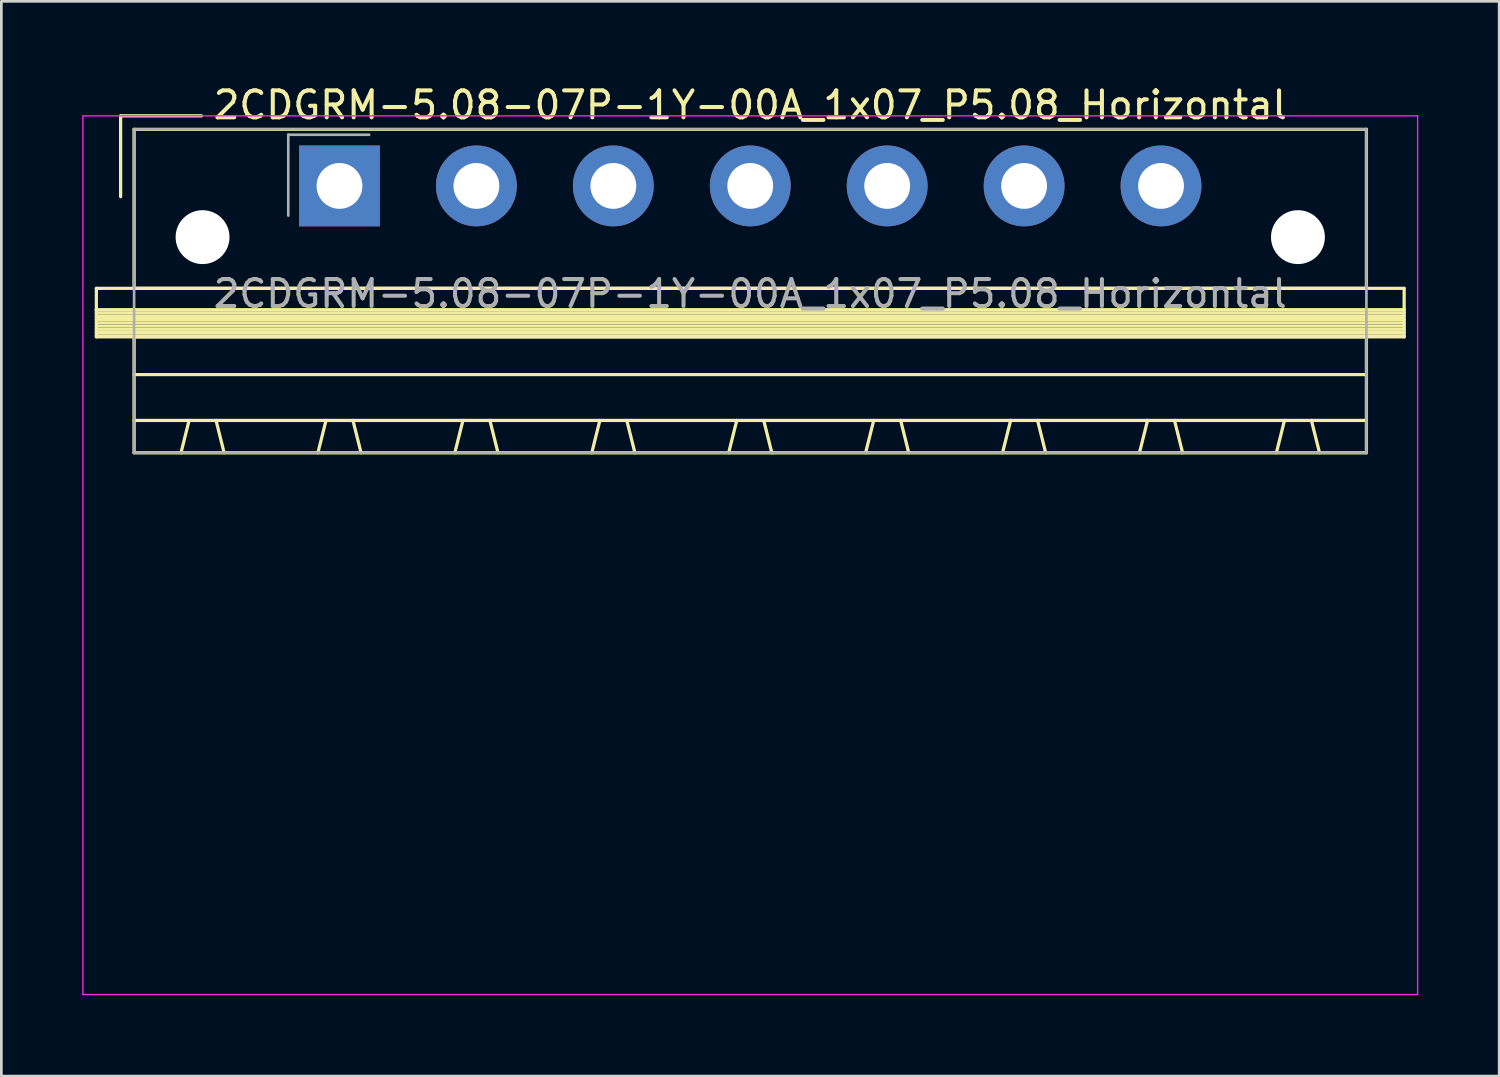
<source format=kicad_pcb>
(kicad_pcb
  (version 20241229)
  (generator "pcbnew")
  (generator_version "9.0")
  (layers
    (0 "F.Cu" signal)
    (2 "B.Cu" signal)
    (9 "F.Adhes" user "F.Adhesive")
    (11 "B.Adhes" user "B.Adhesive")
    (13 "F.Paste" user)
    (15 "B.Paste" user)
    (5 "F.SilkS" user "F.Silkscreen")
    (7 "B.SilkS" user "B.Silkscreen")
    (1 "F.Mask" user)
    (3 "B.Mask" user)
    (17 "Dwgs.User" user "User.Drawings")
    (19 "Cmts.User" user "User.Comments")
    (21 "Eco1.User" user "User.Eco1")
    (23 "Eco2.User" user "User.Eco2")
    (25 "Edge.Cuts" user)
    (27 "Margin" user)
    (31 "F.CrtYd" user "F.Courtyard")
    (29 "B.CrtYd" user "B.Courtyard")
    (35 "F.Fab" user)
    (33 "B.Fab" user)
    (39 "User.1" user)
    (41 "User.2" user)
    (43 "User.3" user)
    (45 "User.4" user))
  (footprint "2CDGRM-5.08-07P-1Y-00A_1x07_P5.08_Horizontal"
    (layer "F.Cu")
    (at 9.545 3.848)
    (property "Reference" "2CDGRM-5.08-07P-1Y-00A_1x07_P5.08_Horizontal" (at 15.24 -3 0) (layer "F.SilkS") (effects (font (size 1 1) (thickness 0.15))))
    (attr through_hole)
    (fp_line (start -9.02 3.8) (end -9.02 4.6) (stroke (width 0.12) (type solid)) (layer "F.SilkS"))
    (fp_line (start -9.02 4.6) (end -9.02 5.6) (stroke (width 0.12) (type solid)) (layer "F.SilkS"))
    (fp_line (start -9.02 4.6) (end 39.5 4.6) (stroke (width 0.12) (type solid)) (layer "F.SilkS"))
    (fp_line (start -9.02 4.72) (end 39.5 4.72) (stroke (width 0.12) (type solid)) (layer "F.SilkS"))
    (fp_line (start -9.02 4.84) (end 39.5 4.84) (stroke (width 0.12) (type solid)) (layer "F.SilkS"))
    (fp_line (start -9.02 4.96) (end 39.5 4.96) (stroke (width 0.12) (type solid)) (layer "F.SilkS"))
    (fp_line (start -9.02 5.08) (end 39.5 5.08) (stroke (width 0.12) (type solid)) (layer "F.SilkS"))
    (fp_line (start -9.02 5.2) (end 39.5 5.2) (stroke (width 0.12) (type solid)) (layer "F.SilkS"))
    (fp_line (start -9.02 5.32) (end 39.5 5.32) (stroke (width 0.12) (type solid)) (layer "F.SilkS"))
    (fp_line (start -9.02 5.44) (end 39.5 5.44) (stroke (width 0.12) (type solid)) (layer "F.SilkS"))
    (fp_line (start -9.02 5.56) (end 39.5 5.56) (stroke (width 0.12) (type solid)) (layer "F.SilkS"))
    (fp_line (start -9.02 5.6) (end 39.5 5.6) (stroke (width 0.12) (type solid)) (layer "F.SilkS"))
    (fp_line (start -8.12 -2.6) (end -8.12 0.4) (stroke (width 0.12) (type solid)) (layer "F.SilkS"))
    (fp_line (start -8.12 -2.6) (end -5.12 -2.6) (stroke (width 0.12) (type solid)) (layer "F.SilkS"))
    (fp_line (start -7.62 -2.1) (end -7.62 3.8) (stroke (width 0.12) (type solid)) (layer "F.SilkS"))
    (fp_line (start -7.62 3.8) (end 38.1 3.8) (stroke (width 0.12) (type solid)) (layer "F.SilkS"))
    (fp_line (start -7.62 5.6) (end -7.62 9.9) (stroke (width 0.12) (type solid)) (layer "F.SilkS"))
    (fp_line (start -7.62 7) (end 38.1 7) (stroke (width 0.12) (type solid)) (layer "F.SilkS"))
    (fp_line (start -7.62 8.7) (end 38.1 8.7) (stroke (width 0.12) (type solid)) (layer "F.SilkS"))
    (fp_line (start -7.62 9.9) (end 38.1 9.9) (stroke (width 0.12) (type solid)) (layer "F.SilkS"))
    (fp_line (start -5.58 8.7) (end -5.88 9.9) (stroke (width 0.12) (type solid)) (layer "F.SilkS"))
    (fp_line (start -4.58 8.7) (end -4.28 9.9) (stroke (width 0.12) (type solid)) (layer "F.SilkS"))
    (fp_line (start -0.5 8.7) (end -0.8 9.9) (stroke (width 0.12) (type solid)) (layer "F.SilkS"))
    (fp_line (start 0.5 8.7) (end 0.8 9.9) (stroke (width 0.12) (type solid)) (layer "F.SilkS"))
    (fp_line (start 4.58 8.7) (end 4.28 9.9) (stroke (width 0.12) (type solid)) (layer "F.SilkS"))
    (fp_line (start 5.58 8.7) (end 5.88 9.9) (stroke (width 0.12) (type solid)) (layer "F.SilkS"))
    (fp_line (start 9.66 8.7) (end 9.36 9.9) (stroke (width 0.12) (type solid)) (layer "F.SilkS"))
    (fp_line (start 10.66 8.7) (end 10.96 9.9) (stroke (width 0.12) (type solid)) (layer "F.SilkS"))
    (fp_line (start 14.74 8.7) (end 14.44 9.9) (stroke (width 0.12) (type solid)) (layer "F.SilkS"))
    (fp_line (start 15.74 8.7) (end 16.04 9.9) (stroke (width 0.12) (type solid)) (layer "F.SilkS"))
    (fp_line (start 19.82 8.7) (end 19.52 9.9) (stroke (width 0.12) (type solid)) (layer "F.SilkS"))
    (fp_line (start 20.82 8.7) (end 21.12 9.9) (stroke (width 0.12) (type solid)) (layer "F.SilkS"))
    (fp_line (start 24.9 8.7) (end 24.6 9.9) (stroke (width 0.12) (type solid)) (layer "F.SilkS"))
    (fp_line (start 25.9 8.7) (end 26.2 9.9) (stroke (width 0.12) (type solid)) (layer "F.SilkS"))
    (fp_line (start 29.98 8.7) (end 29.68 9.9) (stroke (width 0.12) (type solid)) (layer "F.SilkS"))
    (fp_line (start 30.98 8.7) (end 31.28 9.9) (stroke (width 0.12) (type solid)) (layer "F.SilkS"))
    (fp_line (start 35.06 8.7) (end 34.76 9.9) (stroke (width 0.12) (type solid)) (layer "F.SilkS"))
    (fp_line (start 36.06 8.7) (end 36.36 9.9) (stroke (width 0.12) (type solid)) (layer "F.SilkS"))
    (fp_line (start 38.1 -2.1) (end -7.62 -2.1) (stroke (width 0.12) (type solid)) (layer "F.SilkS"))
    (fp_line (start 38.1 3.8) (end 38.1 -2.1) (stroke (width 0.12) (type solid)) (layer "F.SilkS"))
    (fp_line (start 38.1 5.6) (end -7.62 5.6) (stroke (width 0.12) (type solid)) (layer "F.SilkS"))
    (fp_line (start 38.1 9.9) (end 38.1 5.6) (stroke (width 0.12) (type solid)) (layer "F.SilkS"))
    (fp_line (start 39.5 3.8) (end -9.02 3.8) (stroke (width 0.12) (type solid)) (layer "F.SilkS"))
    (fp_line (start 39.5 4.6) (end -9.02 4.6) (stroke (width 0.12) (type solid)) (layer "F.SilkS"))
    (fp_line (start 39.5 4.6) (end 39.5 3.8) (stroke (width 0.12) (type solid)) (layer "F.SilkS"))
    (fp_line (start 39.5 5.6) (end 39.5 4.6) (stroke (width 0.12) (type solid)) (layer "F.SilkS"))
    (fp_line (start -9.52 -2.6) (end -9.52 30) (stroke (width 0.05) (type solid)) (layer "F.CrtYd"))
    (fp_line (start -9.52 30) (end 40 30) (stroke (width 0.05) (type solid)) (layer "F.CrtYd"))
    (fp_line (start 40 -2.6) (end -9.52 -2.6) (stroke (width 0.05) (type solid)) (layer "F.CrtYd"))
    (fp_line (start 40 30) (end 40 -2.6) (stroke (width 0.05) (type solid)) (layer "F.CrtYd"))
    (fp_line (start -7.62 -2.1) (end -7.62 9.9) (stroke (width 0.1) (type solid)) (layer "F.Fab"))
    (fp_line (start -7.62 9.9) (end 38.1 9.9) (stroke (width 0.1) (type solid)) (layer "F.Fab"))
    (fp_line (start -1.9 -1.9) (end -1.9 1.1) (stroke (width 0.1) (type solid)) (layer "F.Fab"))
    (fp_line (start -1.9 -1.9) (end 1.1 -1.9) (stroke (width 0.1) (type solid)) (layer "F.Fab"))
    (fp_line (start 38.1 -2.1) (end -7.62 -2.1) (stroke (width 0.1) (type solid)) (layer "F.Fab"))
    (fp_line (start 38.1 9.9) (end 38.1 -2.1) (stroke (width 0.1) (type solid)) (layer "F.Fab"))
    (fp_text user "${REFERENCE}" (at 15.24 4 0) (layer "F.Fab") (effects (font (size 1 1) (thickness 0.15))))
    (pad "" np_thru_hole circle (at -5.08 1.9) (size 2 2) (drill 2) (layers "*.Cu" "*.Mask"))
    (pad "" np_thru_hole circle (at 35.56 1.9) (size 2 2) (drill 2) (layers "*.Cu" "*.Mask"))
    (pad "1" thru_hole rect (at 0 0) (size 3 3) (drill 1.7) (layers "*.Cu" "*.Mask"))
    (pad "2" thru_hole circle (at 5.08 0) (size 3 3) (drill 1.7) (layers "*.Cu" "*.Mask"))
    (pad "3" thru_hole circle (at 10.16 0) (size 3 3) (drill 1.7) (layers "*.Cu" "*.Mask"))
    (pad "4" thru_hole circle (at 15.24 0) (size 3 3) (drill 1.7) (layers "*.Cu" "*.Mask"))
    (pad "5" thru_hole circle (at 20.32 0) (size 3 3) (drill 1.7) (layers "*.Cu" "*.Mask"))
    (pad "6" thru_hole circle (at 25.4 0) (size 3 3) (drill 1.7) (layers "*.Cu" "*.Mask"))
    (pad "7" thru_hole circle (at 30.48 0) (size 3 3) (drill 1.7) (layers "*.Cu" "*.Mask")))
  (gr_rect
    (start -3 -3)
    (end 52.57 36.873)
    (stroke (width 0.1) (type default))
    (fill no)
    (layer "Edge.Cuts")))
</source>
